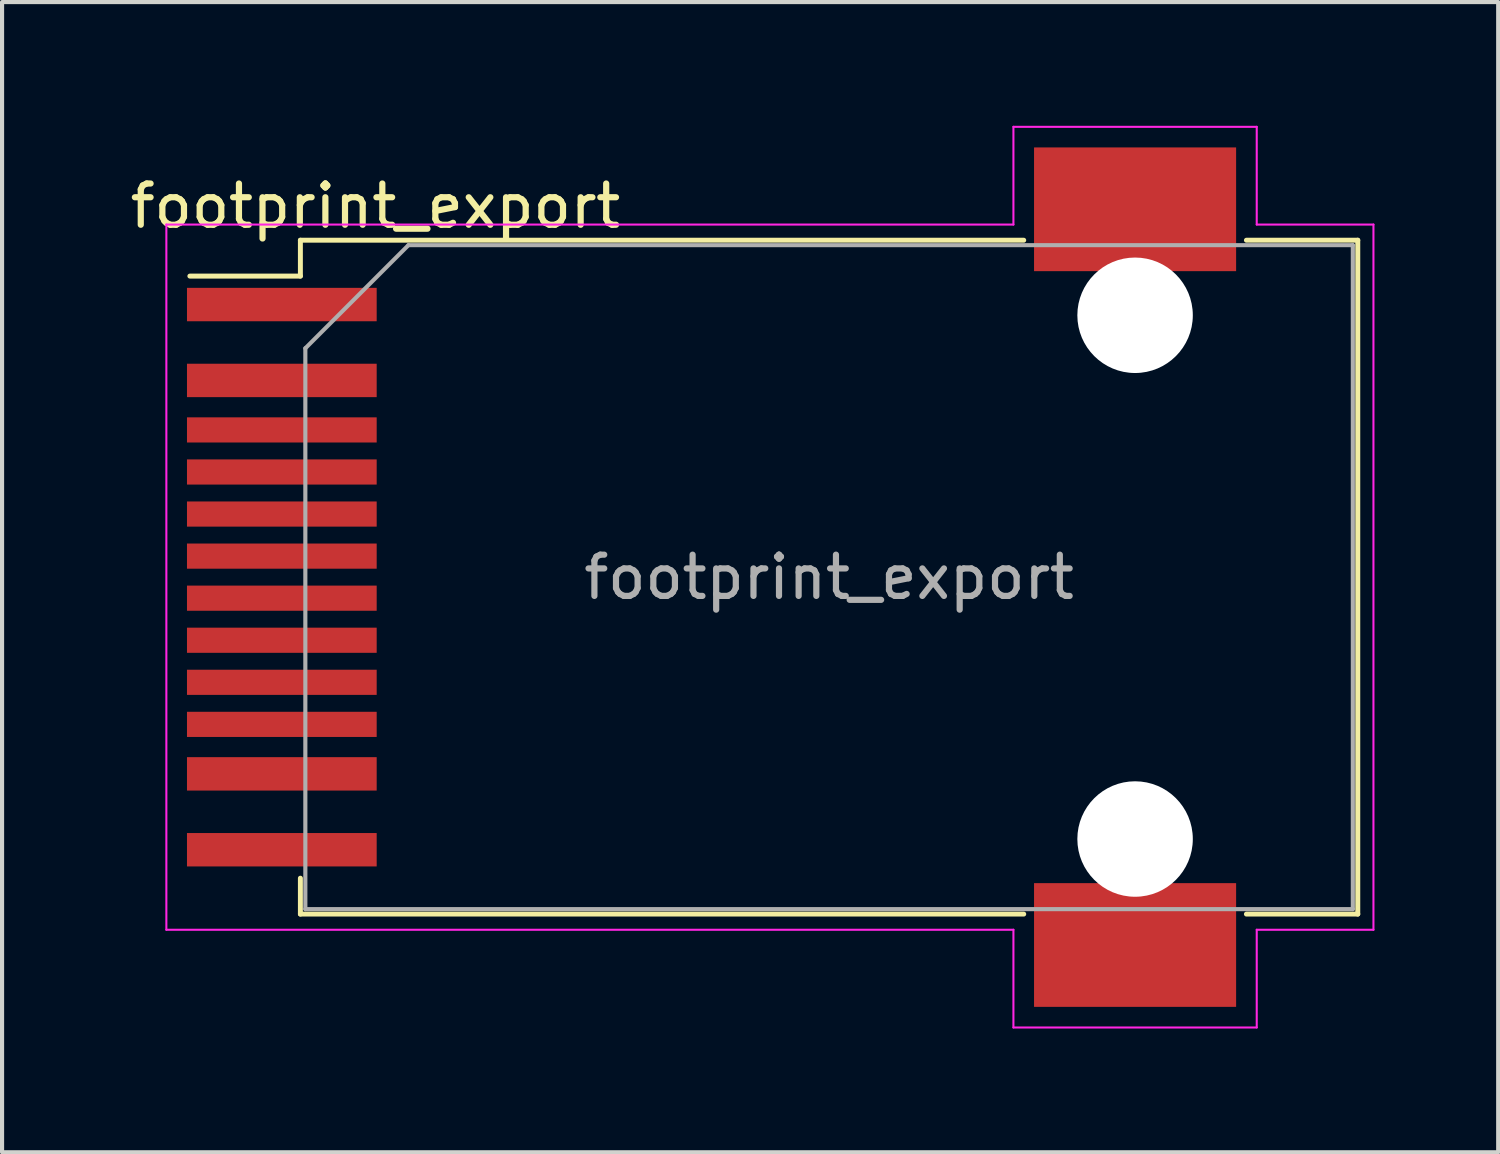
<source format=kicad_pcb>
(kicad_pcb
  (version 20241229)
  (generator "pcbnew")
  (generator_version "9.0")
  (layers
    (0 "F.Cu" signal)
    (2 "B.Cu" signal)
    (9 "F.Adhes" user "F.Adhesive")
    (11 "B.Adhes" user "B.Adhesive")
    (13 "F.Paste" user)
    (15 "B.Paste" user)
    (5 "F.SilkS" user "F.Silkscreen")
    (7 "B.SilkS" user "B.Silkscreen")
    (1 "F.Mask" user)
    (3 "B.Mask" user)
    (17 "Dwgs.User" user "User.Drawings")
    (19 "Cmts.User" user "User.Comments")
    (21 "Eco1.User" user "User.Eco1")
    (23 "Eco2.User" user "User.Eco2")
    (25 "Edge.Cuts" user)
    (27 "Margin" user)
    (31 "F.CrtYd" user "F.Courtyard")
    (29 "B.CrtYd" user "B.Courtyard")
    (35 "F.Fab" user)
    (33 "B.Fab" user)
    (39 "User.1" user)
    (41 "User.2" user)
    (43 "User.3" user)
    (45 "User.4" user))
  (footprint "footprint_export"
    (layer "F.Cu")
    (at 17.054 10.945)
    (property "Reference" "footprint_export" (at -11 -9 0) (layer "F.SilkS") (effects (font (size 1 1) (thickness 0.15))))
    (attr smd)
    (fp_line (start -12.82 -8.17) (end -12.82 -7.3) (stroke (width 0.12) (type solid)) (layer "F.SilkS"))
    (fp_line (start -12.82 -8.17) (end 4.72 -8.17) (stroke (width 0.12) (type solid)) (layer "F.SilkS"))
    (fp_line (start -12.82 -7.3) (end -15.5 -7.3) (stroke (width 0.12) (type solid)) (layer "F.SilkS"))
    (fp_line (start -12.82 8.17) (end -12.82 7.3) (stroke (width 0.12) (type solid)) (layer "F.SilkS"))
    (fp_line (start -12.82 8.17) (end 4.72 8.17) (stroke (width 0.12) (type solid)) (layer "F.SilkS"))
    (fp_line (start 12.82 -8.17) (end 10.12 -8.17) (stroke (width 0.12) (type solid)) (layer "F.SilkS"))
    (fp_line (start 12.82 -8.17) (end 12.82 8.17) (stroke (width 0.12) (type solid)) (layer "F.SilkS"))
    (fp_line (start 12.82 8.17) (end 10.12 8.17) (stroke (width 0.12) (type solid)) (layer "F.SilkS"))
    (fp_line (start -16.07 -8.55) (end -16.07 8.55) (stroke (width 0.05) (type solid)) (layer "F.CrtYd"))
    (fp_line (start -16.07 -8.55) (end 4.47 -8.55) (stroke (width 0.05) (type solid)) (layer "F.CrtYd"))
    (fp_line (start -16.07 8.55) (end 4.47 8.55) (stroke (width 0.05) (type solid)) (layer "F.CrtYd"))
    (fp_line (start 4.47 -10.92) (end 4.47 -8.55) (stroke (width 0.05) (type solid)) (layer "F.CrtYd"))
    (fp_line (start 4.47 -10.92) (end 10.37 -10.92) (stroke (width 0.05) (type solid)) (layer "F.CrtYd"))
    (fp_line (start 4.47 8.55) (end 4.47 10.92) (stroke (width 0.05) (type solid)) (layer "F.CrtYd"))
    (fp_line (start 4.47 10.92) (end 10.37 10.92) (stroke (width 0.05) (type solid)) (layer "F.CrtYd"))
    (fp_line (start 10.37 -10.92) (end 10.37 -8.55) (stroke (width 0.05) (type solid)) (layer "F.CrtYd"))
    (fp_line (start 10.37 8.55) (end 10.37 10.92) (stroke (width 0.05) (type solid)) (layer "F.CrtYd"))
    (fp_line (start 13.2 -8.55) (end 10.37 -8.55) (stroke (width 0.05) (type solid)) (layer "F.CrtYd"))
    (fp_line (start 13.2 -8.55) (end 13.2 8.55) (stroke (width 0.05) (type solid)) (layer "F.CrtYd"))
    (fp_line (start 13.2 8.55) (end 10.37 8.55) (stroke (width 0.05) (type solid)) (layer "F.CrtYd"))
    (fp_line (start -12.7 -5.55) (end -12.7 8.05) (stroke (width 0.1) (type solid)) (layer "F.Fab"))
    (fp_line (start -12.7 -5.55) (end -10.2 -8.05) (stroke (width 0.1) (type solid)) (layer "F.Fab"))
    (fp_line (start -12.7 8.05) (end 12.7 8.05) (stroke (width 0.1) (type solid)) (layer "F.Fab"))
    (fp_line (start 12.7 -8.05) (end -10.2 -8.05) (stroke (width 0.1) (type solid)) (layer "F.Fab"))
    (fp_line (start 12.7 8.05) (end 12.7 -8.05) (stroke (width 0.1) (type solid)) (layer "F.Fab"))
    (fp_text user "${REFERENCE}" (at 0 0 0) (layer "F.Fab") (effects (font (size 1 1) (thickness 0.15))))
    (pad "" np_thru_hole circle (at 7.42 -6.35) (size 2.8 2.8) (drill 2.8) (layers "*.Cu" "*.Mask"))
    (pad "" np_thru_hole circle (at 7.42 6.35) (size 2.8 2.8) (drill 2.8) (layers "*.Cu" "*.Mask"))
    (pad "1" smd rect (at -13.27 -6.61) (size 4.6 0.81) (layers "F.Cu" "F.Mask" "F.Paste"))
    (pad "2" smd rect (at -13.27 -4.77) (size 4.6 0.81) (layers "F.Cu" "F.Mask" "F.Paste"))
    (pad "3" smd rect (at -13.27 -3.57) (size 4.6 0.61) (layers "F.Cu" "F.Mask" "F.Paste"))
    (pad "4" smd rect (at -13.27 -2.55) (size 4.6 0.61) (layers "F.Cu" "F.Mask" "F.Paste"))
    (pad "5" smd rect (at -13.27 -1.53) (size 4.6 0.61) (layers "F.Cu" "F.Mask" "F.Paste"))
    (pad "6" smd rect (at -13.27 -0.51) (size 4.6 0.61) (layers "F.Cu" "F.Mask" "F.Paste"))
    (pad "7" smd rect (at -13.27 0.51) (size 4.6 0.61) (layers "F.Cu" "F.Mask" "F.Paste"))
    (pad "8" smd rect (at -13.27 1.53) (size 4.6 0.61) (layers "F.Cu" "F.Mask" "F.Paste"))
    (pad "9" smd rect (at -13.27 2.55) (size 4.6 0.61) (layers "F.Cu" "F.Mask" "F.Paste"))
    (pad "10" smd rect (at -13.27 3.57) (size 4.6 0.61) (layers "F.Cu" "F.Mask" "F.Paste"))
    (pad "11" smd rect (at -13.27 4.77) (size 4.6 0.81) (layers "F.Cu" "F.Mask" "F.Paste"))
    (pad "12" smd rect (at -13.27 6.61) (size 4.6 0.81) (layers "F.Cu" "F.Mask" "F.Paste"))
    (pad "SH" smd rect (at 7.42 -8.92) (size 4.9 3) (layers "F.Cu" "F.Mask" "F.Paste"))
    (pad "SH" smd rect (at 7.42 8.92) (size 4.9 3) (layers "F.Cu" "F.Mask" "F.Paste")))
  (gr_rect
    (start -3 -3)
    (end 33.279 24.89)
    (stroke (width 0.1) (type default))
    (fill no)
    (layer "Edge.Cuts")))
</source>
